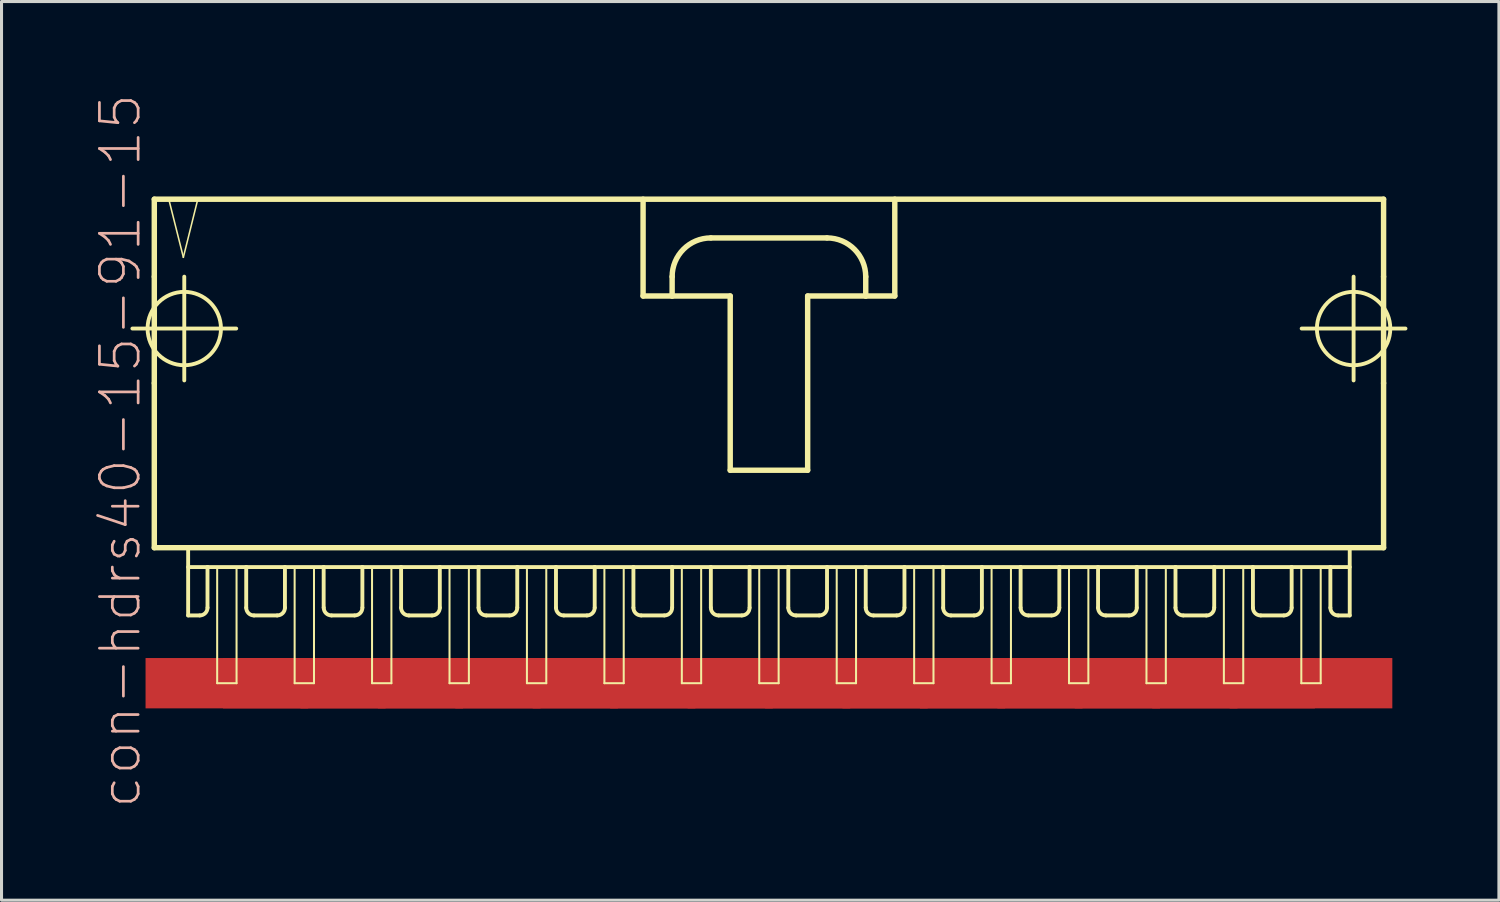
<source format=kicad_pcb>
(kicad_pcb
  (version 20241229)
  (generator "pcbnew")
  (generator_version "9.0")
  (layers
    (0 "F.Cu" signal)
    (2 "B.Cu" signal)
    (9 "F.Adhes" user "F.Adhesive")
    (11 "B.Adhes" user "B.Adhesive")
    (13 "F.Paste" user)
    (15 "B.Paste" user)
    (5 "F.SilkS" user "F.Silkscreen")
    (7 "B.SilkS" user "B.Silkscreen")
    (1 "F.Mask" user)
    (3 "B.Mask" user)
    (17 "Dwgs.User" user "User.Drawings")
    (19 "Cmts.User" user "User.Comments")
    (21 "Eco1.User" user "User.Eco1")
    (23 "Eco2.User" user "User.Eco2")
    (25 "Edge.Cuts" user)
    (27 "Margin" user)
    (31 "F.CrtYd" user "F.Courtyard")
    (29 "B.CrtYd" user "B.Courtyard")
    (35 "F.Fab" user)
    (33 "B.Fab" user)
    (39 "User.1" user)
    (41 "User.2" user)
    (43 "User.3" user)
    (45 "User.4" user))
  (footprint "con-hdrs40-15-91-15"
    (layer "F.Cu")
    (at 22.171 8.564)
    (property "Reference" "con-hdrs40-15-91-15" (at -21.273 3.175 90) (layer "B.SilkS") (effects (font (size 1.27 1.27) (thickness 0.089))))
    (attr smd)
    (fp_line (start -20.879 -0.838) (end -17.473 -0.838) (stroke (width 0.127) (type solid)) (layer "F.SilkS"))
    (fp_line (start -20.16 -5.08) (end -20.16 -2.54) (stroke (width 0.178) (type solid)) (layer "F.SilkS"))
    (fp_line (start -20.16 -2.54) (end -20.16 0.953) (stroke (width 0.178) (type solid)) (layer "F.SilkS"))
    (fp_line (start -20.16 0.953) (end -20.16 6.35) (stroke (width 0.178) (type solid)) (layer "F.SilkS"))
    (fp_line (start -20.16 6.35) (end 20.16 6.35) (stroke (width 0.178) (type solid)) (layer "F.SilkS"))
    (fp_line (start -19.685 -5.08) (end -19.207 -3.175) (stroke (width 0.051) (type solid)) (layer "F.SilkS"))
    (fp_line (start -19.207 -3.175) (end -18.733 -5.08) (stroke (width 0.051) (type solid)) (layer "F.SilkS"))
    (fp_line (start -19.177 0.864) (end -19.177 -2.54) (stroke (width 0.127) (type solid)) (layer "F.SilkS"))
    (fp_line (start -19.05 6.35) (end -19.05 8.572) (stroke (width 0.127) (type solid)) (layer "F.SilkS"))
    (fp_line (start -19.05 6.985) (end -18.415 6.985) (stroke (width 0.127) (type solid)) (layer "F.SilkS"))
    (fp_line (start -18.733 -5.08) (end -19.685 -5.08) (stroke (width 0.051) (type solid)) (layer "F.SilkS"))
    (fp_line (start -18.669 8.572) (end -19.05 8.572) (stroke (width 0.127) (type solid)) (layer "F.SilkS"))
    (fp_line (start -18.415 6.985) (end -18.415 8.319) (stroke (width 0.127) (type solid)) (layer "F.SilkS"))
    (fp_line (start -18.415 6.985) (end -17.145 6.985) (stroke (width 0.127) (type solid)) (layer "F.SilkS"))
    (fp_line (start -18.098 6.985) (end -17.462 6.985) (stroke (width 0.066) (type solid)) (layer "F.SilkS"))
    (fp_line (start -18.098 10.795) (end -18.098 6.985) (stroke (width 0.066) (type solid)) (layer "F.SilkS"))
    (fp_line (start -18.098 10.795) (end -17.462 10.795) (stroke (width 0.066) (type solid)) (layer "F.SilkS"))
    (fp_line (start -17.462 10.795) (end -17.462 6.985) (stroke (width 0.066) (type solid)) (layer "F.SilkS"))
    (fp_line (start -17.145 6.985) (end -17.145 8.319) (stroke (width 0.127) (type solid)) (layer "F.SilkS"))
    (fp_line (start -17.145 6.985) (end -15.875 6.985) (stroke (width 0.127) (type solid)) (layer "F.SilkS"))
    (fp_line (start -16.129 8.572) (end -16.891 8.572) (stroke (width 0.127) (type solid)) (layer "F.SilkS"))
    (fp_line (start -15.875 6.985) (end -15.875 8.319) (stroke (width 0.127) (type solid)) (layer "F.SilkS"))
    (fp_line (start -15.875 6.985) (end -14.605 6.985) (stroke (width 0.127) (type solid)) (layer "F.SilkS"))
    (fp_line (start -15.557 6.985) (end -14.922 6.985) (stroke (width 0.066) (type solid)) (layer "F.SilkS"))
    (fp_line (start -15.557 10.795) (end -15.557 6.985) (stroke (width 0.066) (type solid)) (layer "F.SilkS"))
    (fp_line (start -15.557 10.795) (end -14.922 10.795) (stroke (width 0.066) (type solid)) (layer "F.SilkS"))
    (fp_line (start -14.922 10.795) (end -14.922 6.985) (stroke (width 0.066) (type solid)) (layer "F.SilkS"))
    (fp_line (start -14.605 6.985) (end -14.605 8.319) (stroke (width 0.127) (type solid)) (layer "F.SilkS"))
    (fp_line (start -14.605 6.985) (end -13.335 6.985) (stroke (width 0.127) (type solid)) (layer "F.SilkS"))
    (fp_line (start -13.589 8.572) (end -14.348 8.572) (stroke (width 0.127) (type solid)) (layer "F.SilkS"))
    (fp_line (start -13.335 6.985) (end -13.335 8.319) (stroke (width 0.127) (type solid)) (layer "F.SilkS"))
    (fp_line (start -13.335 6.985) (end -12.065 6.985) (stroke (width 0.127) (type solid)) (layer "F.SilkS"))
    (fp_line (start -13.018 6.985) (end -12.383 6.985) (stroke (width 0.066) (type solid)) (layer "F.SilkS"))
    (fp_line (start -13.018 10.795) (end -13.018 6.985) (stroke (width 0.066) (type solid)) (layer "F.SilkS"))
    (fp_line (start -13.018 10.795) (end -12.383 10.795) (stroke (width 0.066) (type solid)) (layer "F.SilkS"))
    (fp_line (start -12.383 10.795) (end -12.383 6.985) (stroke (width 0.066) (type solid)) (layer "F.SilkS"))
    (fp_line (start -12.065 6.985) (end -12.065 8.319) (stroke (width 0.127) (type solid)) (layer "F.SilkS"))
    (fp_line (start -12.065 6.985) (end -10.795 6.985) (stroke (width 0.127) (type solid)) (layer "F.SilkS"))
    (fp_line (start -11.049 8.572) (end -11.811 8.572) (stroke (width 0.127) (type solid)) (layer "F.SilkS"))
    (fp_line (start -10.795 6.985) (end -10.795 8.319) (stroke (width 0.127) (type solid)) (layer "F.SilkS"))
    (fp_line (start -10.795 6.985) (end -9.525 6.985) (stroke (width 0.127) (type solid)) (layer "F.SilkS"))
    (fp_line (start -10.477 6.985) (end -9.842 6.985) (stroke (width 0.066) (type solid)) (layer "F.SilkS"))
    (fp_line (start -10.477 10.795) (end -10.477 6.985) (stroke (width 0.066) (type solid)) (layer "F.SilkS"))
    (fp_line (start -10.477 10.795) (end -9.842 10.795) (stroke (width 0.066) (type solid)) (layer "F.SilkS"))
    (fp_line (start -9.842 10.795) (end -9.842 6.985) (stroke (width 0.066) (type solid)) (layer "F.SilkS"))
    (fp_line (start -9.525 6.985) (end -9.525 8.319) (stroke (width 0.127) (type solid)) (layer "F.SilkS"))
    (fp_line (start -9.525 6.985) (end -8.255 6.985) (stroke (width 0.127) (type solid)) (layer "F.SilkS"))
    (fp_line (start -8.509 8.572) (end -9.271 8.572) (stroke (width 0.127) (type solid)) (layer "F.SilkS"))
    (fp_line (start -8.255 6.985) (end -8.255 8.319) (stroke (width 0.127) (type solid)) (layer "F.SilkS"))
    (fp_line (start -8.255 6.985) (end -6.985 6.985) (stroke (width 0.127) (type solid)) (layer "F.SilkS"))
    (fp_line (start -7.938 6.985) (end -7.303 6.985) (stroke (width 0.066) (type solid)) (layer "F.SilkS"))
    (fp_line (start -7.938 10.795) (end -7.938 6.985) (stroke (width 0.066) (type solid)) (layer "F.SilkS"))
    (fp_line (start -7.938 10.795) (end -7.303 10.795) (stroke (width 0.066) (type solid)) (layer "F.SilkS"))
    (fp_line (start -7.303 10.795) (end -7.303 6.985) (stroke (width 0.066) (type solid)) (layer "F.SilkS"))
    (fp_line (start -6.985 6.985) (end -6.985 8.319) (stroke (width 0.127) (type solid)) (layer "F.SilkS"))
    (fp_line (start -6.985 6.985) (end -5.715 6.985) (stroke (width 0.127) (type solid)) (layer "F.SilkS"))
    (fp_line (start -5.969 8.572) (end -6.731 8.572) (stroke (width 0.127) (type solid)) (layer "F.SilkS"))
    (fp_line (start -5.715 6.985) (end -5.715 8.319) (stroke (width 0.127) (type solid)) (layer "F.SilkS"))
    (fp_line (start -5.715 6.985) (end -4.445 6.985) (stroke (width 0.127) (type solid)) (layer "F.SilkS"))
    (fp_line (start -5.397 6.985) (end -4.763 6.985) (stroke (width 0.066) (type solid)) (layer "F.SilkS"))
    (fp_line (start -5.397 10.795) (end -5.397 6.985) (stroke (width 0.066) (type solid)) (layer "F.SilkS"))
    (fp_line (start -5.397 10.795) (end -4.763 10.795) (stroke (width 0.066) (type solid)) (layer "F.SilkS"))
    (fp_line (start -4.763 10.795) (end -4.763 6.985) (stroke (width 0.066) (type solid)) (layer "F.SilkS"))
    (fp_line (start -4.445 6.985) (end -4.445 8.319) (stroke (width 0.127) (type solid)) (layer "F.SilkS"))
    (fp_line (start -4.445 6.985) (end -3.175 6.985) (stroke (width 0.127) (type solid)) (layer "F.SilkS"))
    (fp_line (start -4.128 -5.08) (end -4.128 -1.905) (stroke (width 0.178) (type solid)) (layer "F.SilkS"))
    (fp_line (start -4.128 -1.905) (end -3.175 -1.905) (stroke (width 0.178) (type solid)) (layer "F.SilkS"))
    (fp_line (start -3.429 8.572) (end -4.191 8.572) (stroke (width 0.127) (type solid)) (layer "F.SilkS"))
    (fp_line (start -3.175 -1.905) (end -3.175 -2.54) (stroke (width 0.178) (type solid)) (layer "F.SilkS"))
    (fp_line (start -3.175 -1.905) (end -1.27 -1.905) (stroke (width 0.178) (type solid)) (layer "F.SilkS"))
    (fp_line (start -3.175 6.985) (end -3.175 8.319) (stroke (width 0.127) (type solid)) (layer "F.SilkS"))
    (fp_line (start -3.175 6.985) (end -1.905 6.985) (stroke (width 0.127) (type solid)) (layer "F.SilkS"))
    (fp_line (start -2.857 6.985) (end -2.223 6.985) (stroke (width 0.066) (type solid)) (layer "F.SilkS"))
    (fp_line (start -2.857 10.795) (end -2.857 6.985) (stroke (width 0.066) (type solid)) (layer "F.SilkS"))
    (fp_line (start -2.857 10.795) (end -2.223 10.795) (stroke (width 0.066) (type solid)) (layer "F.SilkS"))
    (fp_line (start -2.223 10.795) (end -2.223 6.985) (stroke (width 0.066) (type solid)) (layer "F.SilkS"))
    (fp_line (start -1.905 -3.81) (end 1.905 -3.81) (stroke (width 0.178) (type solid)) (layer "F.SilkS"))
    (fp_line (start -1.905 6.985) (end -1.905 8.319) (stroke (width 0.127) (type solid)) (layer "F.SilkS"))
    (fp_line (start -1.905 6.985) (end -0.635 6.985) (stroke (width 0.127) (type solid)) (layer "F.SilkS"))
    (fp_line (start -1.27 -1.905) (end -1.27 3.81) (stroke (width 0.178) (type solid)) (layer "F.SilkS"))
    (fp_line (start -1.27 3.81) (end 1.27 3.81) (stroke (width 0.178) (type solid)) (layer "F.SilkS"))
    (fp_line (start -0.889 8.572) (end -1.651 8.572) (stroke (width 0.127) (type solid)) (layer "F.SilkS"))
    (fp_line (start -0.635 6.985) (end -0.635 8.319) (stroke (width 0.127) (type solid)) (layer "F.SilkS"))
    (fp_line (start -0.635 6.985) (end 0.635 6.985) (stroke (width 0.127) (type solid)) (layer "F.SilkS"))
    (fp_line (start -0.318 6.985) (end 0.318 6.985) (stroke (width 0.066) (type solid)) (layer "F.SilkS"))
    (fp_line (start -0.318 10.795) (end -0.318 6.985) (stroke (width 0.066) (type solid)) (layer "F.SilkS"))
    (fp_line (start -0.318 10.795) (end 0.318 10.795) (stroke (width 0.066) (type solid)) (layer "F.SilkS"))
    (fp_line (start 0.318 10.795) (end 0.318 6.985) (stroke (width 0.066) (type solid)) (layer "F.SilkS"))
    (fp_line (start 0.635 6.985) (end 0.635 8.319) (stroke (width 0.127) (type solid)) (layer "F.SilkS"))
    (fp_line (start 0.635 6.985) (end 1.905 6.985) (stroke (width 0.127) (type solid)) (layer "F.SilkS"))
    (fp_line (start 1.27 -1.905) (end 3.175 -1.905) (stroke (width 0.178) (type solid)) (layer "F.SilkS"))
    (fp_line (start 1.27 3.81) (end 1.27 -1.905) (stroke (width 0.178) (type solid)) (layer "F.SilkS"))
    (fp_line (start 1.651 8.572) (end 0.889 8.572) (stroke (width 0.127) (type solid)) (layer "F.SilkS"))
    (fp_line (start 1.905 6.985) (end 1.905 8.319) (stroke (width 0.127) (type solid)) (layer "F.SilkS"))
    (fp_line (start 1.905 6.985) (end 3.175 6.985) (stroke (width 0.127) (type solid)) (layer "F.SilkS"))
    (fp_line (start 2.223 6.985) (end 2.857 6.985) (stroke (width 0.066) (type solid)) (layer "F.SilkS"))
    (fp_line (start 2.223 10.795) (end 2.223 6.985) (stroke (width 0.066) (type solid)) (layer "F.SilkS"))
    (fp_line (start 2.223 10.795) (end 2.857 10.795) (stroke (width 0.066) (type solid)) (layer "F.SilkS"))
    (fp_line (start 2.857 10.795) (end 2.857 6.985) (stroke (width 0.066) (type solid)) (layer "F.SilkS"))
    (fp_line (start 3.175 -2.54) (end 3.175 -1.905) (stroke (width 0.178) (type solid)) (layer "F.SilkS"))
    (fp_line (start 3.175 -1.905) (end 4.128 -1.905) (stroke (width 0.178) (type solid)) (layer "F.SilkS"))
    (fp_line (start 3.175 6.985) (end 3.175 8.319) (stroke (width 0.127) (type solid)) (layer "F.SilkS"))
    (fp_line (start 3.175 6.985) (end 4.445 6.985) (stroke (width 0.127) (type solid)) (layer "F.SilkS"))
    (fp_line (start 4.128 -1.905) (end 4.128 -5.08) (stroke (width 0.178) (type solid)) (layer "F.SilkS"))
    (fp_line (start 4.191 8.572) (end 3.429 8.572) (stroke (width 0.127) (type solid)) (layer "F.SilkS"))
    (fp_line (start 4.445 6.985) (end 4.445 8.319) (stroke (width 0.127) (type solid)) (layer "F.SilkS"))
    (fp_line (start 4.445 6.985) (end 5.715 6.985) (stroke (width 0.127) (type solid)) (layer "F.SilkS"))
    (fp_line (start 4.763 6.985) (end 5.397 6.985) (stroke (width 0.066) (type solid)) (layer "F.SilkS"))
    (fp_line (start 4.763 10.795) (end 4.763 6.985) (stroke (width 0.066) (type solid)) (layer "F.SilkS"))
    (fp_line (start 4.763 10.795) (end 5.397 10.795) (stroke (width 0.066) (type solid)) (layer "F.SilkS"))
    (fp_line (start 5.397 10.795) (end 5.397 6.985) (stroke (width 0.066) (type solid)) (layer "F.SilkS"))
    (fp_line (start 5.715 6.985) (end 5.715 8.319) (stroke (width 0.127) (type solid)) (layer "F.SilkS"))
    (fp_line (start 5.715 6.985) (end 6.985 6.985) (stroke (width 0.127) (type solid)) (layer "F.SilkS"))
    (fp_line (start 6.731 8.572) (end 5.969 8.572) (stroke (width 0.127) (type solid)) (layer "F.SilkS"))
    (fp_line (start 6.985 6.985) (end 6.985 8.319) (stroke (width 0.127) (type solid)) (layer "F.SilkS"))
    (fp_line (start 6.985 6.985) (end 8.255 6.985) (stroke (width 0.127) (type solid)) (layer "F.SilkS"))
    (fp_line (start 7.303 6.985) (end 7.938 6.985) (stroke (width 0.066) (type solid)) (layer "F.SilkS"))
    (fp_line (start 7.303 10.795) (end 7.303 6.985) (stroke (width 0.066) (type solid)) (layer "F.SilkS"))
    (fp_line (start 7.303 10.795) (end 7.938 10.795) (stroke (width 0.066) (type solid)) (layer "F.SilkS"))
    (fp_line (start 7.938 10.795) (end 7.938 6.985) (stroke (width 0.066) (type solid)) (layer "F.SilkS"))
    (fp_line (start 8.255 6.985) (end 8.255 8.319) (stroke (width 0.127) (type solid)) (layer "F.SilkS"))
    (fp_line (start 8.255 6.985) (end 9.525 6.985) (stroke (width 0.127) (type solid)) (layer "F.SilkS"))
    (fp_line (start 8.509 8.572) (end 9.271 8.572) (stroke (width 0.127) (type solid)) (layer "F.SilkS"))
    (fp_line (start 9.525 6.985) (end 10.795 6.985) (stroke (width 0.127) (type solid)) (layer "F.SilkS"))
    (fp_line (start 9.525 8.319) (end 9.525 6.985) (stroke (width 0.127) (type solid)) (layer "F.SilkS"))
    (fp_line (start 9.842 6.985) (end 10.477 6.985) (stroke (width 0.066) (type solid)) (layer "F.SilkS"))
    (fp_line (start 9.842 10.795) (end 9.842 6.985) (stroke (width 0.066) (type solid)) (layer "F.SilkS"))
    (fp_line (start 9.842 10.795) (end 10.477 10.795) (stroke (width 0.066) (type solid)) (layer "F.SilkS"))
    (fp_line (start 10.477 10.795) (end 10.477 6.985) (stroke (width 0.066) (type solid)) (layer "F.SilkS"))
    (fp_line (start 10.795 6.985) (end 10.795 8.319) (stroke (width 0.127) (type solid)) (layer "F.SilkS"))
    (fp_line (start 10.795 6.985) (end 12.065 6.985) (stroke (width 0.127) (type solid)) (layer "F.SilkS"))
    (fp_line (start 11.049 8.572) (end 11.811 8.572) (stroke (width 0.127) (type solid)) (layer "F.SilkS"))
    (fp_line (start 12.065 6.985) (end 13.335 6.985) (stroke (width 0.127) (type solid)) (layer "F.SilkS"))
    (fp_line (start 12.065 8.319) (end 12.065 6.985) (stroke (width 0.127) (type solid)) (layer "F.SilkS"))
    (fp_line (start 12.383 6.985) (end 13.018 6.985) (stroke (width 0.066) (type solid)) (layer "F.SilkS"))
    (fp_line (start 12.383 10.795) (end 12.383 6.985) (stroke (width 0.066) (type solid)) (layer "F.SilkS"))
    (fp_line (start 12.383 10.795) (end 13.018 10.795) (stroke (width 0.066) (type solid)) (layer "F.SilkS"))
    (fp_line (start 13.018 10.795) (end 13.018 6.985) (stroke (width 0.066) (type solid)) (layer "F.SilkS"))
    (fp_line (start 13.335 6.985) (end 13.335 8.319) (stroke (width 0.127) (type solid)) (layer "F.SilkS"))
    (fp_line (start 13.335 6.985) (end 14.605 6.985) (stroke (width 0.127) (type solid)) (layer "F.SilkS"))
    (fp_line (start 13.589 8.572) (end 14.348 8.572) (stroke (width 0.127) (type solid)) (layer "F.SilkS"))
    (fp_line (start 14.605 6.985) (end 15.875 6.985) (stroke (width 0.127) (type solid)) (layer "F.SilkS"))
    (fp_line (start 14.605 8.319) (end 14.605 6.985) (stroke (width 0.127) (type solid)) (layer "F.SilkS"))
    (fp_line (start 14.922 6.985) (end 15.557 6.985) (stroke (width 0.066) (type solid)) (layer "F.SilkS"))
    (fp_line (start 14.922 10.795) (end 14.922 6.985) (stroke (width 0.066) (type solid)) (layer "F.SilkS"))
    (fp_line (start 14.922 10.795) (end 15.557 10.795) (stroke (width 0.066) (type solid)) (layer "F.SilkS"))
    (fp_line (start 15.557 10.795) (end 15.557 6.985) (stroke (width 0.066) (type solid)) (layer "F.SilkS"))
    (fp_line (start 15.875 6.985) (end 15.875 8.319) (stroke (width 0.127) (type solid)) (layer "F.SilkS"))
    (fp_line (start 15.875 6.985) (end 17.145 6.985) (stroke (width 0.127) (type solid)) (layer "F.SilkS"))
    (fp_line (start 16.129 8.572) (end 16.891 8.572) (stroke (width 0.127) (type solid)) (layer "F.SilkS"))
    (fp_line (start 17.145 6.985) (end 18.415 6.985) (stroke (width 0.127) (type solid)) (layer "F.SilkS"))
    (fp_line (start 17.145 8.319) (end 17.145 6.985) (stroke (width 0.127) (type solid)) (layer "F.SilkS"))
    (fp_line (start 17.462 6.985) (end 18.098 6.985) (stroke (width 0.066) (type solid)) (layer "F.SilkS"))
    (fp_line (start 17.462 10.795) (end 17.462 6.985) (stroke (width 0.066) (type solid)) (layer "F.SilkS"))
    (fp_line (start 17.462 10.795) (end 18.098 10.795) (stroke (width 0.066) (type solid)) (layer "F.SilkS"))
    (fp_line (start 17.473 -0.838) (end 20.879 -0.838) (stroke (width 0.127) (type solid)) (layer "F.SilkS"))
    (fp_line (start 18.098 10.795) (end 18.098 6.985) (stroke (width 0.066) (type solid)) (layer "F.SilkS"))
    (fp_line (start 18.415 6.985) (end 18.415 8.319) (stroke (width 0.127) (type solid)) (layer "F.SilkS"))
    (fp_line (start 18.415 6.985) (end 19.05 6.985) (stroke (width 0.127) (type solid)) (layer "F.SilkS"))
    (fp_line (start 18.669 8.572) (end 19.05 8.572) (stroke (width 0.127) (type solid)) (layer "F.SilkS"))
    (fp_line (start 19.05 8.572) (end 19.05 6.35) (stroke (width 0.127) (type solid)) (layer "F.SilkS"))
    (fp_line (start 19.177 0.864) (end 19.177 -2.54) (stroke (width 0.127) (type solid)) (layer "F.SilkS"))
    (fp_line (start 20.16 -5.08) (end -20.16 -5.08) (stroke (width 0.178) (type solid)) (layer "F.SilkS"))
    (fp_line (start 20.16 -2.54) (end 20.16 -5.08) (stroke (width 0.178) (type solid)) (layer "F.SilkS"))
    (fp_line (start 20.16 -2.54) (end 20.16 0.953) (stroke (width 0.178) (type solid)) (layer "F.SilkS"))
    (fp_line (start 20.16 6.35) (end 20.16 0.953) (stroke (width 0.178) (type solid)) (layer "F.SilkS"))
    (fp_arc (start -18.415 8.3185) (mid -18.489395 8.498105) (end -18.669 8.5725) (stroke (width 0.127) (type solid)) (layer "F.SilkS"))
    (fp_arc (start -16.891 8.5725) (mid -17.070605 8.498105) (end -17.145 8.3185) (stroke (width 0.127) (type solid)) (layer "F.SilkS"))
    (fp_arc (start -15.875 8.3185) (mid -15.949395 8.498105) (end -16.129 8.5725) (stroke (width 0.127) (type solid)) (layer "F.SilkS"))
    (fp_arc (start -14.34846 8.5725) (mid -14.528065 8.498105) (end -14.60246 8.3185) (stroke (width 0.127) (type solid)) (layer "F.SilkS"))
    (fp_arc (start -13.335 8.3185) (mid -13.409395 8.498105) (end -13.589 8.5725) (stroke (width 0.127) (type solid)) (layer "F.SilkS"))
    (fp_arc (start -11.811 8.5725) (mid -11.990605 8.498105) (end -12.065 8.3185) (stroke (width 0.127) (type solid)) (layer "F.SilkS"))
    (fp_arc (start -10.795 8.3185) (mid -10.869395 8.498105) (end -11.049 8.5725) (stroke (width 0.127) (type solid)) (layer "F.SilkS"))
    (fp_arc (start -9.271 8.5725) (mid -9.450605 8.498105) (end -9.525 8.3185) (stroke (width 0.127) (type solid)) (layer "F.SilkS"))
    (fp_arc (start -8.255 8.3185) (mid -8.329395 8.498105) (end -8.509 8.5725) (stroke (width 0.127) (type solid)) (layer "F.SilkS"))
    (fp_arc (start -6.731 8.5725) (mid -6.910605 8.498105) (end -6.985 8.3185) (stroke (width 0.127) (type solid)) (layer "F.SilkS"))
    (fp_arc (start -5.715 8.3185) (mid -5.789395 8.498105) (end -5.969 8.5725) (stroke (width 0.127) (type solid)) (layer "F.SilkS"))
    (fp_arc (start -4.191 8.5725) (mid -4.370605 8.498105) (end -4.445 8.3185) (stroke (width 0.127) (type solid)) (layer "F.SilkS"))
    (fp_arc (start -3.175 -2.54) (mid -2.803026 -3.438026) (end -1.905 -3.81) (stroke (width 0.1778) (type solid)) (layer "F.SilkS"))
    (fp_arc (start -3.175 8.3185) (mid -3.249395 8.498105) (end -3.429 8.5725) (stroke (width 0.127) (type solid)) (layer "F.SilkS"))
    (fp_arc (start -1.651 8.5725) (mid -1.830605 8.498105) (end -1.905 8.3185) (stroke (width 0.127) (type solid)) (layer "F.SilkS"))
    (fp_arc (start -0.635 8.3185) (mid -0.709395 8.498105) (end -0.889 8.5725) (stroke (width 0.127) (type solid)) (layer "F.SilkS"))
    (fp_arc (start 0.889 8.5725) (mid 0.709395 8.498105) (end 0.635 8.3185) (stroke (width 0.127) (type solid)) (layer "F.SilkS"))
    (fp_arc (start 1.905 -3.81) (mid 2.803026 -3.438026) (end 3.175 -2.54) (stroke (width 0.1778) (type solid)) (layer "F.SilkS"))
    (fp_arc (start 1.905 8.3185) (mid 1.830605 8.498105) (end 1.651 8.5725) (stroke (width 0.127) (type solid)) (layer "F.SilkS"))
    (fp_arc (start 3.429 8.5725) (mid 3.249395 8.498105) (end 3.175 8.3185) (stroke (width 0.127) (type solid)) (layer "F.SilkS"))
    (fp_arc (start 4.445 8.3185) (mid 4.370605 8.498105) (end 4.191 8.5725) (stroke (width 0.127) (type solid)) (layer "F.SilkS"))
    (fp_arc (start 5.969 8.5725) (mid 5.789395 8.498105) (end 5.715 8.3185) (stroke (width 0.127) (type solid)) (layer "F.SilkS"))
    (fp_arc (start 6.985 8.3185) (mid 6.910605 8.498105) (end 6.731 8.5725) (stroke (width 0.127) (type solid)) (layer "F.SilkS"))
    (fp_arc (start 8.509 8.5725) (mid 8.329395 8.498105) (end 8.255 8.3185) (stroke (width 0.127) (type solid)) (layer "F.SilkS"))
    (fp_arc (start 9.525 8.3185) (mid 9.450605 8.498105) (end 9.271 8.5725) (stroke (width 0.127) (type solid)) (layer "F.SilkS"))
    (fp_arc (start 11.049 8.5725) (mid 10.869395 8.498105) (end 10.795 8.3185) (stroke (width 0.127) (type solid)) (layer "F.SilkS"))
    (fp_arc (start 12.065 8.3185) (mid 11.990605 8.498105) (end 11.811 8.5725) (stroke (width 0.127) (type solid)) (layer "F.SilkS"))
    (fp_arc (start 13.589 8.5725) (mid 13.409395 8.498105) (end 13.335 8.3185) (stroke (width 0.127) (type solid)) (layer "F.SilkS"))
    (fp_arc (start 14.605 8.3185) (mid 14.529861 8.499901) (end 14.34846 8.57504) (stroke (width 0.127) (type solid)) (layer "F.SilkS"))
    (fp_arc (start 16.129 8.5725) (mid 15.949395 8.498105) (end 15.875 8.3185) (stroke (width 0.127) (type solid)) (layer "F.SilkS"))
    (fp_arc (start 17.145 8.3185) (mid 17.070605 8.498105) (end 16.891 8.5725) (stroke (width 0.127) (type solid)) (layer "F.SilkS"))
    (fp_arc (start 18.669 8.5725) (mid 18.489395 8.498105) (end 18.415 8.3185) (stroke (width 0.127) (type solid)) (layer "F.SilkS"))
    (fp_circle (center -19.177 -0.838) (end -20.028 -1.689) (stroke (width 0.127) (type solid)) (fill no) (layer "F.SilkS"))
    (fp_circle (center 19.177 -0.838) (end 20.028 -1.689) (stroke (width 0.127) (type solid)) (fill no) (layer "F.SilkS"))
    (pad "1" smd rect (at -17.78 10.795) (size 5.334 1.651) (layers "F.Cu" "F.Mask" "F.Paste"))
    (pad "2" smd rect (at -15.24 10.795) (size 5.334 1.651) (layers "F.Cu" "F.Mask" "F.Paste"))
    (pad "3" smd rect (at -12.7 10.795) (size 5.334 1.651) (layers "F.Cu" "F.Mask" "F.Paste"))
    (pad "4" smd rect (at -10.16 10.795) (size 5.334 1.651) (layers "F.Cu" "F.Mask" "F.Paste"))
    (pad "5" smd rect (at -7.62 10.795) (size 5.334 1.651) (layers "F.Cu" "F.Mask" "F.Paste"))
    (pad "6" smd rect (at -5.08 10.795) (size 5.334 1.651) (layers "F.Cu" "F.Mask" "F.Paste"))
    (pad "7" smd rect (at -2.54 10.795) (size 5.334 1.651) (layers "F.Cu" "F.Mask" "F.Paste"))
    (pad "8" smd rect (at 0 10.795) (size 5.334 1.651) (layers "F.Cu" "F.Mask" "F.Paste"))
    (pad "9" smd rect (at 2.54 10.795) (size 5.334 1.651) (layers "F.Cu" "F.Mask" "F.Paste"))
    (pad "10" smd rect (at 5.08 10.795) (size 5.334 1.651) (layers "F.Cu" "F.Mask" "F.Paste"))
    (pad "11" smd rect (at 7.62 10.795) (size 5.334 1.651) (layers "F.Cu" "F.Mask" "F.Paste"))
    (pad "12" smd rect (at 10.16 10.795) (size 5.334 1.651) (layers "F.Cu" "F.Mask" "F.Paste"))
    (pad "13" smd rect (at 12.7 10.795) (size 5.334 1.651) (layers "F.Cu" "F.Mask" "F.Paste"))
    (pad "14" smd rect (at 15.24 10.795) (size 5.334 1.651) (layers "F.Cu" "F.Mask" "F.Paste"))
    (pad "15" smd rect (at 17.78 10.795) (size 5.334 1.651) (layers "F.Cu" "F.Mask" "F.Paste")))
  (gr_rect
    (start -3 -3)
    (end 46.114 26.477)
    (stroke (width 0.1) (type default))
    (fill no)
    (layer "Edge.Cuts")))
</source>
